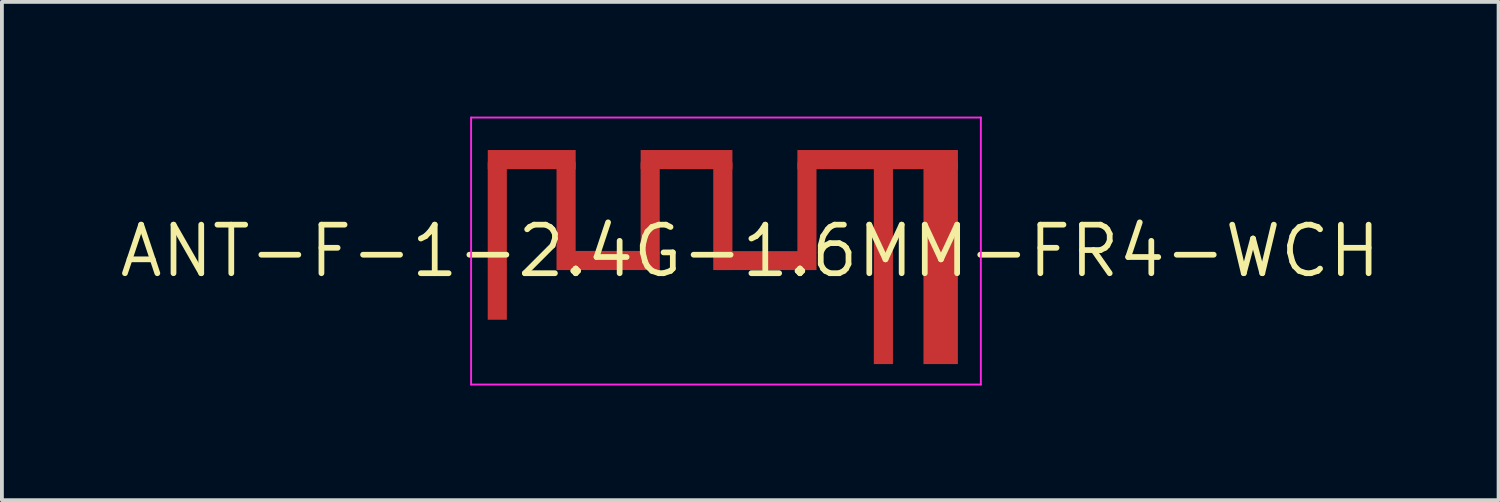
<source format=kicad_pcb>
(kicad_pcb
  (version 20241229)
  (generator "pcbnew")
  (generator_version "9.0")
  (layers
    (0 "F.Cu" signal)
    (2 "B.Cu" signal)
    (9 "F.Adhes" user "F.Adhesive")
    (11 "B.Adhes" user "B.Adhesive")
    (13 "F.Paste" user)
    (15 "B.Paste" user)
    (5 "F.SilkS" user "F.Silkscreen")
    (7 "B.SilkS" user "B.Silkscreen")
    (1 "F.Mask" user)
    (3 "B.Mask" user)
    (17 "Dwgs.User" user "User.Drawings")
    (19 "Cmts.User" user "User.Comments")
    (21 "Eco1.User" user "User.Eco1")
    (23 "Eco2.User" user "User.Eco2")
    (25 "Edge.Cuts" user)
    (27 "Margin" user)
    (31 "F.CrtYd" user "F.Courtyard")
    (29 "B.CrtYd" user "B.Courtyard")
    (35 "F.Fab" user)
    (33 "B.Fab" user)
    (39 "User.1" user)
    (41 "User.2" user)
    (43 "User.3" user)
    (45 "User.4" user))
  (footprint "ANT-F-1-2.4G-1.6MM-FR4-WCH"
    (layer "F.Cu")
    (at 15.943 3.518)
    (property "Reference" "ANT-F-1-2.4G-1.6MM-FR4-WCH" (at 0.635 0 0) (layer "F.SilkS") (effects (font (size 1.27 1.27) (thickness 0.15))))
    (attr exclude_from_pos_files exclude_from_bom)
    (fp_poly (pts (xy -5.733 -2.323) (xy -6.233 -2.323) (xy -6.233 1.797) (xy -5.733 1.797)) (stroke (width 0) (type solid)) (fill yes) (layer "F.Cu"))
    (fp_poly (pts (xy -3.933 -2.323) (xy -4.433 -2.323) (xy -4.433 0.497) (xy -3.933 0.497)) (stroke (width 0) (type solid)) (fill yes) (layer "F.Cu"))
    (fp_poly (pts (xy -3.932 -2.643) (xy -6.232 -2.643) (xy -6.232 -2.143) (xy -3.932 -2.143)) (stroke (width 0) (type solid)) (fill yes) (layer "F.Cu"))
    (fp_poly (pts (xy -1.747 -0.003) (xy -4.236 -0.003) (xy -4.236 0.497) (xy -1.747 0.497)) (stroke (width 0) (type solid)) (fill yes) (layer "F.Cu"))
    (fp_poly (pts (xy -1.733 -2.323) (xy -2.233 -2.323) (xy -2.233 0.497) (xy -1.733 0.497)) (stroke (width 0) (type solid)) (fill yes) (layer "F.Cu"))
    (fp_poly (pts (xy 0.168 -2.323) (xy -0.333 -2.323) (xy -0.333 0.497) (xy 0.168 0.497)) (stroke (width 0) (type solid)) (fill yes) (layer "F.Cu"))
    (fp_poly (pts (xy 0.168 -2.643) (xy -2.232 -2.643) (xy -2.232 -2.143) (xy 0.168 -2.143)) (stroke (width 0) (type solid)) (fill yes) (layer "F.Cu"))
    (fp_poly (pts (xy 2.277 0.002) (xy -0.263 0.002) (xy -0.263 0.497) (xy 2.277 0.497)) (stroke (width 0) (type solid)) (fill yes) (layer "F.Cu"))
    (fp_poly (pts (xy 2.368 -2.323) (xy 1.868 -2.323) (xy 1.868 0.497) (xy 2.368 0.497)) (stroke (width 0) (type solid)) (fill yes) (layer "F.Cu"))
    (fp_poly (pts (xy 4.368 -2.374) (xy 3.868 -2.374) (xy 3.868 2.957) (xy 4.368 2.957)) (stroke (width 0) (type solid)) (fill yes) (layer "F.Cu"))
    (fp_poly (pts (xy 6.067 -2.348) (xy 5.167 -2.348) (xy 5.167 2.957) (xy 6.067 2.957)) (stroke (width 0) (type solid)) (fill yes) (layer "F.Cu"))
    (fp_poly (pts (xy 6.068 -2.643) (xy 1.868 -2.643) (xy 1.868 -2.143) (xy 6.068 -2.143)) (stroke (width 0) (type solid)) (fill yes) (layer "F.Cu"))
    (fp_line (start -6.668 -3.493) (end -6.668 3.493) (stroke (width 0.05) (type solid)) (layer "F.CrtYd"))
    (fp_line (start -6.668 3.493) (end 6.668 3.493) (stroke (width 0.05) (type solid)) (layer "F.CrtYd"))
    (fp_line (start 6.668 -3.493) (end -6.668 -3.493) (stroke (width 0.05) (type solid)) (layer "F.CrtYd"))
    (fp_line (start 6.668 3.493) (end 6.668 -3.493) (stroke (width 0.05) (type solid)) (layer "F.CrtYd")))
  (gr_rect
    (start -3 -3)
    (end 36.156 10.035)
    (stroke (width 0.1) (type default))
    (fill no)
    (layer "Edge.Cuts")))
</source>
